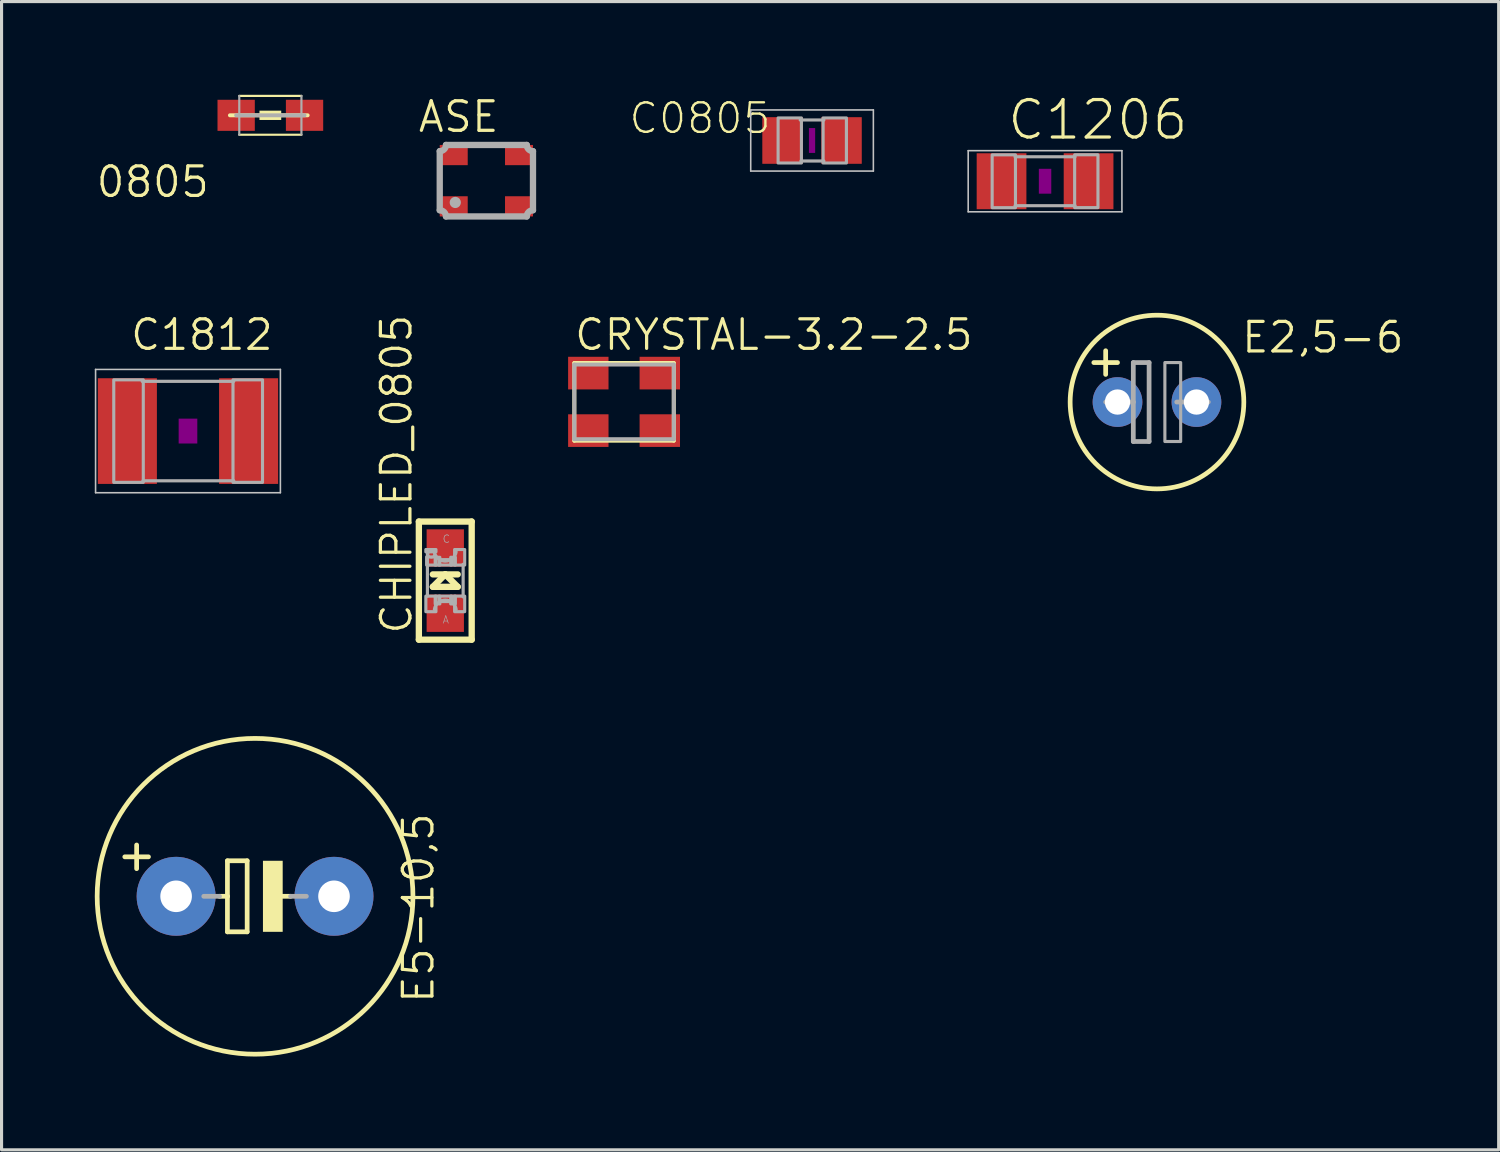
<source format=kicad_pcb>
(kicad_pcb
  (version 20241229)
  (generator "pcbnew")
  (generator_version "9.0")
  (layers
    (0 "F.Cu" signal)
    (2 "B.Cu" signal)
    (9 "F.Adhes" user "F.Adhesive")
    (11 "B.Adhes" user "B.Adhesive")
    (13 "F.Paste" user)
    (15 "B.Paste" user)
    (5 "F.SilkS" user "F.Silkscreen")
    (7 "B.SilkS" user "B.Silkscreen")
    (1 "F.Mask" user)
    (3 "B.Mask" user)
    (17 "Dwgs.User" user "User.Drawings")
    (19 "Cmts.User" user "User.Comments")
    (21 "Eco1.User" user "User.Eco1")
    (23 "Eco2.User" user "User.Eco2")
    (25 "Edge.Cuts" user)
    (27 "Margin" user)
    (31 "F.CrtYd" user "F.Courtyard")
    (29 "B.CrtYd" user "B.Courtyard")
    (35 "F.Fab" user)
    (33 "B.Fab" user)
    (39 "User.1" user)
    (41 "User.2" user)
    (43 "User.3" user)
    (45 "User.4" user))
  (footprint "E2,5-6"
    (layer "F.Cu")
    (at 34.174 9.885)
    (property "Reference" "E2,5-6" (at 2.667 -1.524 0) (layer "F.SilkS") (effects (font (size 0.95 0.95) (thickness 0.104)) (justify left bottom)))
    (attr through_hole)
    (fp_line (start -2.032 -1.27) (end -1.651 -1.27) (stroke (width 0.152) (type solid)) (layer "F.SilkS"))
    (fp_line (start -1.651 -1.27) (end -1.651 -1.651) (stroke (width 0.152) (type solid)) (layer "F.SilkS"))
    (fp_line (start -1.651 -1.27) (end -1.27 -1.27) (stroke (width 0.152) (type solid)) (layer "F.SilkS"))
    (fp_line (start -1.651 -0.889) (end -1.651 -1.27) (stroke (width 0.152) (type solid)) (layer "F.SilkS"))
    (fp_circle (center 0 0) (end 2.794 0) (stroke (width 0.152) (type solid)) (fill no) (layer "F.SilkS"))
    (fp_line (start -1.651 0) (end -0.762 0) (stroke (width 0.152) (type solid)) (layer "F.Fab"))
    (fp_line (start -0.762 -1.27) (end -0.762 0) (stroke (width 0.152) (type solid)) (layer "F.Fab"))
    (fp_line (start -0.762 0) (end -0.762 1.27) (stroke (width 0.152) (type solid)) (layer "F.Fab"))
    (fp_line (start -0.762 1.27) (end -0.254 1.27) (stroke (width 0.152) (type solid)) (layer "F.Fab"))
    (fp_line (start -0.254 -1.27) (end -0.762 -1.27) (stroke (width 0.152) (type solid)) (layer "F.Fab"))
    (fp_line (start -0.254 1.27) (end -0.254 -1.27) (stroke (width 0.152) (type solid)) (layer "F.Fab"))
    (fp_line (start 0.635 0) (end 1.651 0) (stroke (width 0.152) (type solid)) (layer "F.Fab"))
    (fp_poly (pts (xy 0.254 1.27) (xy 0.762 1.27) (xy 0.762 -1.27) (xy 0.254 -1.27)) (stroke (width 0.1) (type solid)) (fill no) (layer "F.Fab"))
    (pad "+" thru_hole circle (at -1.27 0) (size 1.6 1.6) (drill 0.813) (layers "*.Cu" "*.Mask"))
    (pad "-" thru_hole circle (at 1.27 0) (size 1.6 1.6) (drill 0.813) (layers "*.Cu" "*.Mask")))
  (footprint "C1206"
    (layer "F.Cu")
    (at 30.573 2.781)
    (property "Reference" "C1206" (at -1.27 -1.27 0) (layer "F.SilkS") (effects (font (size 1.206 1.206) (thickness 0.102)) (justify left bottom)))
    (attr through_hole)
    (fp_poly (pts (xy -0.2 0.4) (xy 0.2 0.4) (xy 0.2 -0.4) (xy -0.2 -0.4)) (stroke (width 0) (type solid)) (fill yes) (layer "F.Adhes"))
    (fp_line (start -2.473 -0.983) (end 2.473 -0.983) (stroke (width 0.051) (type solid)) (layer "Dwgs.User"))
    (fp_line (start -2.473 0.983) (end -2.473 -0.983) (stroke (width 0.051) (type solid)) (layer "Dwgs.User"))
    (fp_line (start 2.473 -0.983) (end 2.473 0.983) (stroke (width 0.051) (type solid)) (layer "Dwgs.User"))
    (fp_line (start 2.473 0.983) (end -2.473 0.983) (stroke (width 0.051) (type solid)) (layer "Dwgs.User"))
    (fp_line (start -0.965 -0.787) (end 0.965 -0.787) (stroke (width 0.102) (type solid)) (layer "F.Fab"))
    (fp_line (start -0.965 0.787) (end 0.965 0.787) (stroke (width 0.102) (type solid)) (layer "F.Fab"))
    (fp_poly (pts (xy -1.702 0.851) (xy -0.952 0.851) (xy -0.952 -0.849) (xy -1.702 -0.849)) (stroke (width 0.1) (type solid)) (fill no) (layer "F.Fab"))
    (fp_poly (pts (xy 0.952 0.849) (xy 1.702 0.849) (xy 1.702 -0.851) (xy 0.952 -0.851)) (stroke (width 0.1) (type solid)) (fill no) (layer "F.Fab"))
    (pad "1" smd rect (at -1.4 0) (size 1.6 1.8) (layers "F.Cu" "F.Mask" "F.Paste"))
    (pad "2" smd rect (at 1.4 0) (size 1.6 1.8) (layers "F.Cu" "F.Mask" "F.Paste")))
  (footprint "CRYSTAL-3.2-2.5"
    (layer "F.Cu")
    (at 17.028 9.879)
    (property "Reference" "CRYSTAL-3.2-2.5" (at -1.65 -1.6 180) (layer "F.SilkS") (effects (font (size 0.95 0.95) (thickness 0.104)) (justify left bottom)))
    (attr through_hole)
    (fp_line (start -1.6 -1.25) (end 1.6 -1.25) (stroke (width 0.127) (type solid)) (layer "F.SilkS"))
    (fp_line (start -1.6 1.25) (end -1.6 -1.25) (stroke (width 0.127) (type solid)) (layer "F.SilkS"))
    (fp_line (start 1.6 -1.25) (end 1.6 1.25) (stroke (width 0.127) (type solid)) (layer "F.SilkS"))
    (fp_line (start 1.6 1.25) (end -1.6 1.25) (stroke (width 0.127) (type solid)) (layer "F.SilkS"))
    (fp_line (start -1.6 -1.2) (end 1.6 -1.2) (stroke (width 0.127) (type solid)) (layer "F.Fab"))
    (fp_line (start -1.6 1.2) (end -1.6 -1.2) (stroke (width 0.127) (type solid)) (layer "F.Fab"))
    (fp_line (start 1.6 -1.2) (end 1.6 1.2) (stroke (width 0.127) (type solid)) (layer "F.Fab"))
    (fp_line (start 1.6 1.2) (end -1.6 1.2) (stroke (width 0.127) (type solid)) (layer "F.Fab"))
    (pad "1" smd rect (at -1.15 0.925 90) (size 1.05 1.3) (layers "F.Cu" "F.Mask" "F.Paste"))
    (pad "2" smd rect (at 1.15 0.925 90) (size 1.05 1.3) (layers "F.Cu" "F.Mask" "F.Paste"))
    (pad "3" smd rect (at 1.15 -0.925 90) (size 1.05 1.3) (layers "F.Cu" "F.Mask" "F.Paste"))
    (pad "4" smd rect (at -1.15 -0.925 90) (size 1.05 1.3) (layers "F.Cu" "F.Mask" "F.Paste")))
  (footprint "C1812"
    (layer "F.Cu")
    (at 2.998 10.819)
    (property "Reference" "C1812" (at -1.905 -2.54 0) (layer "F.SilkS") (effects (font (size 0.95 0.95) (thickness 0.104)) (justify left bottom)))
    (attr through_hole)
    (fp_poly (pts (xy -0.3 0.4) (xy 0.3 0.4) (xy 0.3 -0.4) (xy -0.3 -0.4)) (stroke (width 0) (type solid)) (fill yes) (layer "F.Adhes"))
    (fp_line (start -2.973 -1.983) (end 2.973 -1.983) (stroke (width 0.051) (type solid)) (layer "Dwgs.User"))
    (fp_line (start -2.973 1.983) (end -2.973 -1.983) (stroke (width 0.051) (type solid)) (layer "Dwgs.User"))
    (fp_line (start 2.973 -1.983) (end 2.973 1.983) (stroke (width 0.051) (type solid)) (layer "Dwgs.User"))
    (fp_line (start 2.973 1.983) (end -2.973 1.983) (stroke (width 0.051) (type solid)) (layer "Dwgs.User"))
    (fp_line (start -1.473 -1.6) (end 1.473 -1.6) (stroke (width 0.102) (type solid)) (layer "F.Fab"))
    (fp_line (start -1.448 1.6) (end 1.473 1.6) (stroke (width 0.102) (type solid)) (layer "F.Fab"))
    (fp_poly (pts (xy -2.388 1.651) (xy -1.438 1.651) (xy -1.438 -1.649) (xy -2.388 -1.649)) (stroke (width 0.1) (type solid)) (fill no) (layer "F.Fab"))
    (fp_poly (pts (xy 1.448 1.651) (xy 2.398 1.651) (xy 2.398 -1.649) (xy 1.448 -1.649)) (stroke (width 0.1) (type solid)) (fill no) (layer "F.Fab"))
    (pad "1" smd rect (at -1.95 0) (size 1.9 3.4) (layers "F.Cu" "F.Mask" "F.Paste"))
    (pad "2" smd rect (at 1.95 0) (size 1.9 3.4) (layers "F.Cu" "F.Mask" "F.Paste")))
  (footprint "C0805"
    (layer "F.Cu")
    (at 23.076 1.47)
    (property "Reference" "C0805" (at -1.27 -1.27 180) (layer "F.SilkS") (effects (font (size 0.95 0.95) (thickness 0.076)) (justify right top)))
    (attr through_hole)
    (fp_poly (pts (xy -0.1 0.4) (xy 0.1 0.4) (xy 0.1 -0.4) (xy -0.1 -0.4)) (stroke (width 0) (type solid)) (fill yes) (layer "F.Adhes"))
    (fp_line (start -1.973 -0.983) (end 1.973 -0.983) (stroke (width 0.051) (type solid)) (layer "Dwgs.User"))
    (fp_line (start -1.973 0.983) (end -1.973 -0.983) (stroke (width 0.051) (type solid)) (layer "Dwgs.User"))
    (fp_line (start 1.973 -0.983) (end 1.973 0.983) (stroke (width 0.051) (type solid)) (layer "Dwgs.User"))
    (fp_line (start 1.973 0.983) (end -1.973 0.983) (stroke (width 0.051) (type solid)) (layer "Dwgs.User"))
    (fp_line (start -0.381 -0.66) (end 0.381 -0.66) (stroke (width 0.102) (type solid)) (layer "F.Fab"))
    (fp_line (start -0.356 0.66) (end 0.381 0.66) (stroke (width 0.102) (type solid)) (layer "F.Fab"))
    (fp_poly (pts (xy -1.092 0.724) (xy -0.342 0.724) (xy -0.342 -0.726) (xy -1.092 -0.726)) (stroke (width 0.1) (type solid)) (fill no) (layer "F.Fab"))
    (fp_poly (pts (xy 0.356 0.724) (xy 1.106 0.724) (xy 1.106 -0.726) (xy 0.356 -0.726)) (stroke (width 0.1) (type solid)) (fill no) (layer "F.Fab"))
    (pad "1" smd rect (at -0.95 0) (size 1.3 1.5) (layers "F.Cu" "F.Mask" "F.Paste"))
    (pad "2" smd rect (at 0.95 0) (size 1.3 1.5) (layers "F.Cu" "F.Mask" "F.Paste")))
  (footprint "CHIPLED_0805"
    (layer "F.Cu")
    (at 11.276 15.63)
    (property "Reference" "CHIPLED_0805" (at -1.016 1.778 90) (layer "F.SilkS") (effects (font (size 0.95 0.95) (thickness 0.104)) (justify left bottom)))
    (attr through_hole)
    (fp_line (start -0.85 -1.9) (end 0.85 -1.9) (stroke (width 0.203) (type solid)) (layer "F.SilkS"))
    (fp_line (start -0.85 1.9) (end -0.85 -1.9) (stroke (width 0.203) (type solid)) (layer "F.SilkS"))
    (fp_line (start -0.4 -0.2) (end 0 -0.2) (stroke (width 0.203) (type solid)) (layer "F.SilkS"))
    (fp_line (start -0.4 0.2) (end 0.4 0.2) (stroke (width 0.203) (type solid)) (layer "F.SilkS"))
    (fp_line (start 0 -0.2) (end -0.4 0.2) (stroke (width 0.203) (type solid)) (layer "F.SilkS"))
    (fp_line (start 0 -0.2) (end 0.4 -0.2) (stroke (width 0.203) (type solid)) (layer "F.SilkS"))
    (fp_line (start 0.4 0.2) (end 0 -0.2) (stroke (width 0.203) (type solid)) (layer "F.SilkS"))
    (fp_line (start 0.85 -1.9) (end 0.85 1.9) (stroke (width 0.203) (type solid)) (layer "F.SilkS"))
    (fp_line (start 0.85 1.9) (end -0.85 1.9) (stroke (width 0.203) (type solid)) (layer "F.SilkS"))
    (fp_line (start -0.575 0.5) (end -0.575 -0.925) (stroke (width 0.102) (type solid)) (layer "F.Fab"))
    (fp_line (start 0.575 -0.525) (end 0.575 0.525) (stroke (width 0.102) (type solid)) (layer "F.Fab"))
    (fp_arc (start -0.35 0.925) (mid -0.000001 0.625027) (end 0.35 0.924998) (stroke (width 0.1016) (type solid)) (layer "F.Fab"))
    (fp_arc (start 0.35 -0.924998) (mid -0.000001 -0.625027) (end -0.35 -0.925) (stroke (width 0.1016) (type solid)) (layer "F.Fab"))
    (fp_circle (center -0.45 -0.85) (end -0.347 -0.85) (stroke (width 0.076) (type solid)) (fill no) (layer "F.Fab"))
    (fp_poly (pts (xy -0.625 -0.925) (xy -0.3 -0.925) (xy -0.3 -1) (xy -0.625 -1)) (stroke (width 0.1) (type solid)) (fill no) (layer "F.Fab"))
    (fp_poly (pts (xy -0.625 1) (xy -0.3 1) (xy -0.3 0.5) (xy -0.625 0.5)) (stroke (width 0.1) (type solid)) (fill no) (layer "F.Fab"))
    (fp_poly (pts (xy -0.6 -0.5) (xy -0.3 -0.5) (xy -0.3 -0.762) (xy -0.6 -0.762)) (stroke (width 0.1) (type solid)) (fill no) (layer "F.Fab"))
    (fp_poly (pts (xy -0.325 -0.5) (xy -0.175 -0.5) (xy -0.175 -0.75) (xy -0.325 -0.75)) (stroke (width 0.1) (type solid)) (fill no) (layer "F.Fab"))
    (fp_poly (pts (xy -0.325 0.75) (xy -0.175 0.75) (xy -0.175 0.5) (xy -0.325 0.5)) (stroke (width 0.1) (type solid)) (fill no) (layer "F.Fab"))
    (fp_poly (pts (xy -0.2 -0.5) (xy 0.2 -0.5) (xy 0.2 -0.675) (xy -0.2 -0.675)) (stroke (width 0.1) (type solid)) (fill no) (layer "F.Fab"))
    (fp_poly (pts (xy -0.2 0.675) (xy 0.2 0.675) (xy 0.2 0.5) (xy -0.2 0.5)) (stroke (width 0.1) (type solid)) (fill no) (layer "F.Fab"))
    (fp_poly (pts (xy 0.175 -0.5) (xy 0.325 -0.5) (xy 0.325 -0.75) (xy 0.175 -0.75)) (stroke (width 0.1) (type solid)) (fill no) (layer "F.Fab"))
    (fp_poly (pts (xy 0.175 0.75) (xy 0.325 0.75) (xy 0.325 0.5) (xy 0.175 0.5)) (stroke (width 0.1) (type solid)) (fill no) (layer "F.Fab"))
    (fp_poly (pts (xy 0.3 -0.5) (xy 0.625 -0.5) (xy 0.625 -1) (xy 0.3 -1)) (stroke (width 0.1) (type solid)) (fill no) (layer "F.Fab"))
    (fp_poly (pts (xy 0.3 1) (xy 0.625 1) (xy 0.625 0.5) (xy 0.3 0.5)) (stroke (width 0.1) (type solid)) (fill no) (layer "F.Fab"))
    (fp_text user "A" (at -0.1 1.4 0) (layer "F.Fab") (effects (font (size 0.241 0.241) (thickness 0.02)) (justify left bottom)))
    (fp_text user "C" (at -0.1 -1.2 0) (layer "F.Fab") (effects (font (size 0.241 0.241) (thickness 0.02)) (justify left bottom)))
    (pad "A" smd rect (at 0 1.05) (size 1.2 1.2) (layers "F.Cu" "F.Mask" "F.Paste"))
    (pad "C" smd rect (at 0 -1.05) (size 1.2 1.2) (layers "F.Cu" "F.Mask" "F.Paste")))
  (footprint "ASE"
    (layer "F.Cu")
    (at 12.598 2.764)
    (property "Reference" "ASE" (at -2.25 -1.5 0) (layer "F.SilkS") (effects (font (size 0.95 0.95) (thickness 0.104)) (justify left bottom)))
    (attr through_hole)
    (fp_line (start -1.5 0.95) (end -1.5 -0.95) (stroke (width 0.203) (type solid)) (layer "F.Fab"))
    (fp_line (start -1.3 -1.15) (end 1.3 -1.15) (stroke (width 0.203) (type solid)) (layer "F.Fab"))
    (fp_line (start 1.3 1.15) (end -1.3 1.15) (stroke (width 0.203) (type solid)) (layer "F.Fab"))
    (fp_line (start 1.5 -0.95) (end 1.5 0.95) (stroke (width 0.203) (type solid)) (layer "F.Fab"))
    (fp_arc (start -1.5 0.95) (mid -1.358579 1.008579) (end -1.3 1.15) (stroke (width 0.2032) (type solid)) (layer "F.Fab"))
    (fp_arc (start -1.3 -1.15) (mid -1.358579 -1.008579) (end -1.5 -0.95) (stroke (width 0.2032) (type solid)) (layer "F.Fab"))
    (fp_arc (start 1.3 1.15) (mid 1.358579 1.008579) (end 1.5 0.95) (stroke (width 0.2032) (type solid)) (layer "F.Fab"))
    (fp_arc (start 1.5 -0.95) (mid 1.358579 -1.008579) (end 1.3 -1.15) (stroke (width 0.2032) (type solid)) (layer "F.Fab"))
    (fp_circle (center -1 0.7) (end -0.82 0.7) (stroke (width 0) (type solid)) (fill yes) (layer "F.Fab"))
    (pad "1" smd rect (at -1.05 0.825) (size 0.9 0.65) (layers "F.Cu" "F.Mask" "F.Paste"))
    (pad "2" smd rect (at 1.05 0.825) (size 0.9 0.65) (layers "F.Cu" "F.Mask" "F.Paste"))
    (pad "3" smd rect (at 1.05 -0.825 180) (size 0.9 0.65) (layers "F.Cu" "F.Mask" "F.Paste"))
    (pad "4" smd rect (at -1.05 -0.825 180) (size 0.9 0.65) (layers "F.Cu" "F.Mask" "F.Paste")))
  (footprint "E5-10,5"
    (layer "F.Cu")
    (at 5.156 25.787)
    (property "Reference" "E5-10,5" (at 4.699 -2.743 270) (layer "F.SilkS") (effects (font (size 0.95 0.95) (thickness 0.104)) (justify right top)))
    (attr through_hole)
    (fp_line (start -3.81 -1.651) (end -3.81 -0.889) (stroke (width 0.152) (type solid)) (layer "F.SilkS"))
    (fp_line (start -3.429 -1.27) (end -4.191 -1.27) (stroke (width 0.152) (type solid)) (layer "F.SilkS"))
    (fp_line (start -1.143 0) (end -0.889 0) (stroke (width 0.152) (type solid)) (layer "F.SilkS"))
    (fp_line (start -0.889 -1.143) (end -0.889 0) (stroke (width 0.152) (type solid)) (layer "F.SilkS"))
    (fp_line (start -0.889 0) (end -0.889 1.143) (stroke (width 0.152) (type solid)) (layer "F.SilkS"))
    (fp_line (start -0.889 1.143) (end -0.254 1.143) (stroke (width 0.152) (type solid)) (layer "F.SilkS"))
    (fp_line (start -0.254 -1.143) (end -0.889 -1.143) (stroke (width 0.152) (type solid)) (layer "F.SilkS"))
    (fp_line (start -0.254 1.143) (end -0.254 -1.143) (stroke (width 0.152) (type solid)) (layer "F.SilkS"))
    (fp_line (start 0.635 0) (end 1.143 0) (stroke (width 0.152) (type solid)) (layer "F.SilkS"))
    (fp_circle (center 0 0) (end 5.08 0) (stroke (width 0.152) (type solid)) (fill no) (layer "F.SilkS"))
    (fp_poly (pts (xy 0.254 1.143) (xy 0.889 1.143) (xy 0.889 -1.143) (xy 0.254 -1.143)) (stroke (width 0) (type solid)) (fill yes) (layer "F.SilkS"))
    (fp_line (start -1.651 0) (end -1.143 0) (stroke (width 0.152) (type solid)) (layer "F.Fab"))
    (fp_line (start 1.143 0) (end 1.651 0) (stroke (width 0.152) (type solid)) (layer "F.Fab"))
    (pad "+" thru_hole circle (at -2.54 0) (size 2.54 2.54) (drill 1.016) (layers "*.Cu" "*.Mask"))
    (pad "-" thru_hole circle (at 2.54 0) (size 2.54 2.54) (drill 1.016) (layers "*.Cu" "*.Mask")))
  (footprint "0805"
    (layer "F.Cu")
    (at 5.648 0.66)
    (property "Reference" "0805" (at -1.905 1.587 0) (layer "F.SilkS") (effects (font (size 0.95 0.95) (thickness 0.104)) (justify right top)))
    (attr through_hole)
    (fp_line (start -1.3 0) (end 1.2 0) (stroke (width 0.127) (type solid)) (layer "F.SilkS"))
    (fp_line (start -1 -0.625) (end 1 -0.625) (stroke (width 0.07) (type solid)) (layer "F.SilkS"))
    (fp_line (start 1 0.625) (end -1 0.625) (stroke (width 0.07) (type solid)) (layer "F.SilkS"))
    (fp_poly (pts (xy -0.35 0.15) (xy 0.35 0.15) (xy 0.35 -0.15) (xy -0.35 -0.15)) (stroke (width 0) (type solid)) (fill yes) (layer "F.SilkS"))
    (fp_line (start -1.1 0) (end 1.1 0) (stroke (width 0.127) (type solid)) (layer "F.Fab"))
    (fp_line (start -1 0.625) (end -1 -0.625) (stroke (width 0.07) (type solid)) (layer "F.Fab"))
    (fp_line (start 1 -0.625) (end 1 0.625) (stroke (width 0.07) (type solid)) (layer "F.Fab"))
    (pad "1" smd rect (at -1.1 0) (size 1.2 1) (layers "F.Cu" "F.Mask" "F.Paste"))
    (pad "2" smd rect (at 1.1 0) (size 1.2 1) (layers "F.Cu" "F.Mask" "F.Paste")))
  (gr_rect
    (start -3 -3)
    (end 45.167 33.944)
    (stroke (width 0.1) (type default))
    (fill no)
    (layer "Edge.Cuts")))
</source>
